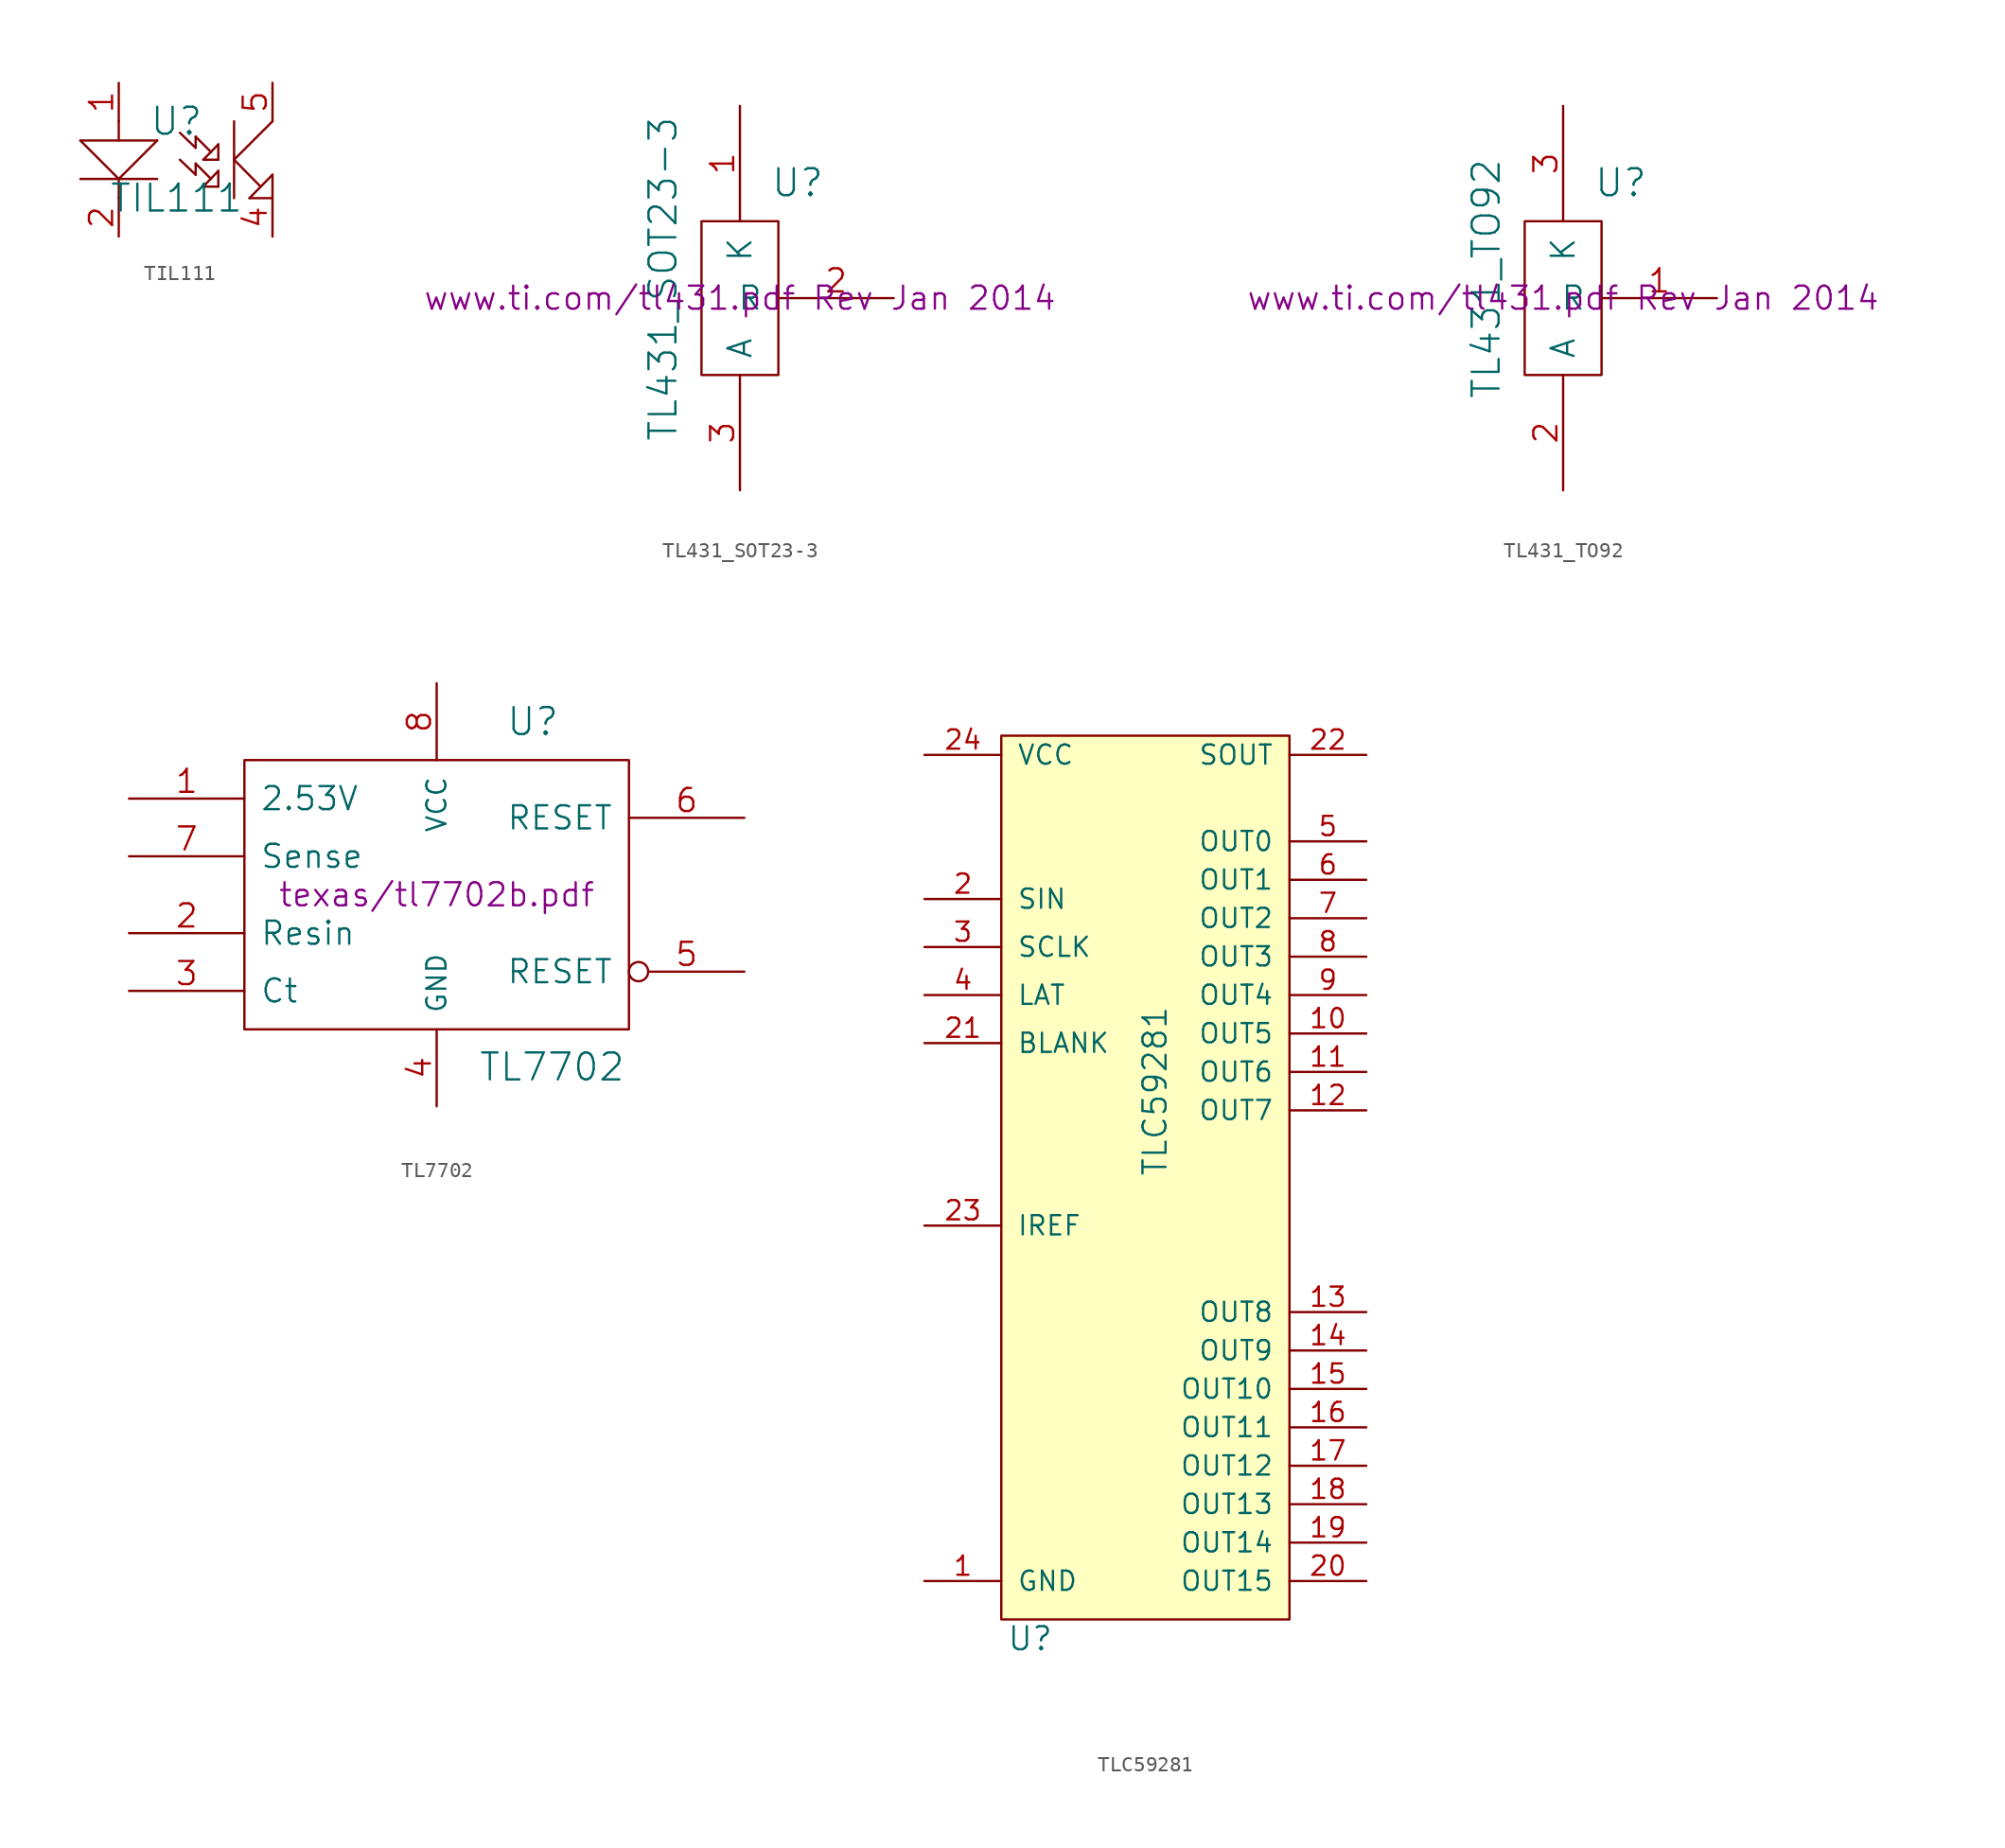
<source format=kicad_sym>
(kicad_symbol_lib
  (version 20211014)
  (generator kicad_symbol_editor)
  (symbol "TIL111"
    (pin_names
      (offset 1.016) hide)
    (property "Reference" "U"
      (at 0 2.54 0)
      (effects (font (size 1.778 1.778))))
    (property "Value" "TIL111"
      (at 0 -2.54 0)
      (effects (font (size 1.778 1.778))))
    (property "Footprint" ""
      (at 0 0 0)
      (effects (font (size 1.524 1.524))))
    (property "Datasheet" ""
      (at 0 0 0)
      (effects (font (size 1.524 1.524))))
    (symbol "TIL111_0_1"
      (polyline (pts (xy -6.35 1.27) (xy -1.27 1.27)) (stroke (width 0) (type default) (color 0 0 0 0)) (fill (type none)))
      (polyline (pts (xy -3.81 -2.54) (xy -3.81 -1.27)) (stroke (width 0) (type default) (color 0 0 0 0)) (fill (type none)))
      (polyline (pts (xy -3.81 -1.27) (xy -6.35 1.27)) (stroke (width 0) (type default) (color 0 0 0 0)) (fill (type none)))
      (polyline (pts (xy -3.81 2.54) (xy -3.81 1.27)) (stroke (width 0) (type default) (color 0 0 0 0)) (fill (type none)))
      (polyline (pts (xy -1.27 -1.27) (xy -6.35 -1.27)) (stroke (width 0) (type default) (color 0 0 0 0)) (fill (type none)))
      (polyline (pts (xy -1.27 1.27) (xy -3.81 -1.27)) (stroke (width 0) (type default) (color 0 0 0 0)) (fill (type none)))
      (polyline (pts (xy 1.27 -0.991) (xy 0.229 0)) (stroke (width 0) (type default) (color 0 0 0 0)) (fill (type none)))
      (polyline (pts (xy 1.27 -0.254) (xy 1.27 -0.991)) (stroke (width 0) (type default) (color 0 0 0 0)) (fill (type none)))
      (polyline (pts (xy 1.27 0.787) (xy 0.229 1.778)) (stroke (width 0) (type default) (color 0 0 0 0)) (fill (type none)))
      (polyline (pts (xy 1.27 1.524) (xy 1.27 0.787)) (stroke (width 0) (type default) (color 0 0 0 0)) (fill (type none)))
      (polyline (pts (xy 1.778 -1.778) (xy 2.769 -0.737)) (stroke (width 0) (type default) (color 0 0 0 0)) (fill (type none)))
      (polyline (pts (xy 1.778 0) (xy 2.769 1.016)) (stroke (width 0) (type default) (color 0 0 0 0)) (fill (type none)))
      (polyline (pts (xy 2.286 -1.27) (xy 1.27 -0.254)) (stroke (width 0) (type default) (color 0 0 0 0)) (fill (type none)))
      (polyline (pts (xy 2.286 0.508) (xy 1.27 1.524)) (stroke (width 0) (type default) (color 0 0 0 0)) (fill (type none)))
      (polyline (pts (xy 2.769 -1.778) (xy 1.778 -1.778)) (stroke (width 0) (type default) (color 0 0 0 0)) (fill (type none)))
      (polyline (pts (xy 2.769 -0.737) (xy 2.769 -1.778)) (stroke (width 0) (type default) (color 0 0 0 0)) (fill (type none)))
      (polyline (pts (xy 2.769 0) (xy 1.778 0)) (stroke (width 0) (type default) (color 0 0 0 0)) (fill (type none)))
      (polyline (pts (xy 2.769 1.016) (xy 2.769 0)) (stroke (width 0) (type default) (color 0 0 0 0)) (fill (type none)))
      (polyline (pts (xy 3.81 0) (xy 6.35 2.54)) (stroke (width 0) (type default) (color 0 0 0 0)) (fill (type none)))
      (polyline (pts (xy 3.81 2.54) (xy 3.81 -2.54)) (stroke (width 0) (type default) (color 0 0 0 0)) (fill (type none)))
      (polyline (pts (xy 4.826 -2.54) (xy 6.35 -2.54)) (stroke (width 0) (type default) (color 0 0 0 0)) (fill (type none)))
      (polyline (pts (xy 5.563 -1.778) (xy 3.81 0)) (stroke (width 0) (type default) (color 0 0 0 0)) (fill (type none)))
      (polyline (pts (xy 6.35 -2.54) (xy 6.35 -0.991)) (stroke (width 0) (type default) (color 0 0 0 0)) (fill (type none)))
      (polyline (pts (xy 6.35 -0.991) (xy 4.826 -2.54)) (stroke (width 0) (type default) (color 0 0 0 0)) (fill (type none))))
    (symbol "TIL111_1_1"
      (pin passive line (at -3.81 5.08 270) (length 2.54) (name "A" (effects (font (size 1.524 1.524)))) (number "1" (effects (font (size 1.524 1.524)))))
      (pin passive line (at -3.81 -5.08 90) (length 2.54) (name "K" (effects (font (size 1.524 1.524)))) (number "2" (effects (font (size 1.524 1.524)))))
      (pin passive line (at 6.35 -5.08 90) (length 2.54) (name "KK" (effects (font (size 1.524 1.524)))) (number "4" (effects (font (size 1.524 1.524)))))
      (pin passive line (at 6.35 5.08 270) (length 2.54) (name "~" (effects (font (size 1.524 1.524)))) (number "5" (effects (font (size 1.524 1.524)))))))
  (symbol "TL431_SOT23-3"
    (pin_names
      (offset 1.016))
    (property "Reference" "U"
      (at 3.81 7.62 0)
      (effects (font (size 1.778 1.778))))
    (property "Value" "TL431_SOT23-3"
      (at -5.08 1.27 90)
      (effects (font (size 1.778 1.778))))
    (property "Footprint" ""
      (at 0 0 0)
      (effects (font (size 1.524 1.524))))
    (property "Datasheet" "www.ti.com/tl431.pdf Rev Jan 2014"
      (at 0 0 0)
      (effects (font (size 1.524 1.524))))
    (symbol "TL431_SOT23-3_0_1"
      (rectangle (start -2.54 -5.08) (end 2.54 5.08) (stroke (width 0) (type default) (color 0 0 0 0)) (fill (type none))))
    (symbol "TL431_SOT23-3_1_1"
      (pin input line (at 0 12.7 270) (length 7.62) (name "K" (effects (font (size 1.524 1.524)))) (number "1" (effects (font (size 1.524 1.524)))))
      (pin input line (at 10.16 0 180) (length 7.62) (name "R" (effects (font (size 1.524 1.524)))) (number "2" (effects (font (size 1.524 1.524)))))
      (pin input line (at 0 -12.7 90) (length 7.62) (name "A" (effects (font (size 1.524 1.524)))) (number "3" (effects (font (size 1.524 1.524)))))))
  (symbol "TL431_TO92"
    (pin_names
      (offset 1.016))
    (property "Reference" "U"
      (at 3.81 7.62 0)
      (effects (font (size 1.778 1.778))))
    (property "Value" "TL431_TO92"
      (at -5.08 1.27 90)
      (effects (font (size 1.778 1.778))))
    (property "Footprint" ""
      (at 0 0 0)
      (effects (font (size 1.524 1.524))))
    (property "Datasheet" "www.ti.com/tl431.pdf Rev Jan 2014"
      (at 0 0 0)
      (effects (font (size 1.524 1.524))))
    (symbol "TL431_TO92_0_1"
      (rectangle (start -2.54 -5.08) (end 2.54 5.08) (stroke (width 0) (type default) (color 0 0 0 0)) (fill (type none))))
    (symbol "TL431_TO92_1_1"
      (pin input line (at 10.16 0 180) (length 7.62) (name "R" (effects (font (size 1.524 1.524)))) (number "1" (effects (font (size 1.524 1.524)))))
      (pin input line (at 0 -12.7 90) (length 7.62) (name "A" (effects (font (size 1.524 1.524)))) (number "2" (effects (font (size 1.524 1.524)))))
      (pin input line (at 0 12.7 270) (length 7.62) (name "K" (effects (font (size 1.524 1.524)))) (number "3" (effects (font (size 1.524 1.524)))))))
  (symbol "TL7702"
    (pin_names
      (offset 1.016))
    (property "Reference" "U"
      (at 6.35 11.43 0)
      (effects (font (size 1.778 1.778))))
    (property "Value" "TL7702"
      (at 7.62 -11.379 0)
      (effects (font (size 1.778 1.778))))
    (property "Footprint" ""
      (at 0 0 0)
      (effects (font (size 1.524 1.524))))
    (property "Datasheet" "texas/tl7702b.pdf"
      (at 0 0 0)
      (effects (font (size 1.524 1.524))))
    (symbol "TL7702_0_1"
      (rectangle (start -12.7 8.89) (end 12.7 -8.89) (stroke (width 0) (type default) (color 0 0 0 0)) (fill (type none))))
    (symbol "TL7702_1_1"
      (pin input line (at -20.32 6.35 0) (length 7.62) (name "2.53V" (effects (font (size 1.524 1.524)))) (number "1" (effects (font (size 1.524 1.524)))))
      (pin input line (at -20.32 -2.54 0) (length 7.62) (name "Resin" (effects (font (size 1.524 1.524)))) (number "2" (effects (font (size 1.524 1.524)))))
      (pin input line (at -20.32 -6.35 0) (length 7.62) (name "Ct" (effects (font (size 1.524 1.524)))) (number "3" (effects (font (size 1.524 1.524)))))
      (pin power_in line (at 0 -13.97 90) (length 5.08) (name "GND" (effects (font (size 1.27 1.27)))) (number "4" (effects (font (size 1.524 1.524)))))
      (pin open_collector inverted (at 20.32 -5.08 180) (length 7.62) (name "RESET" (effects (font (size 1.524 1.524)))) (number "5" (effects (font (size 1.524 1.524)))))
      (pin open_collector line (at 20.32 5.08 180) (length 7.62) (name "RESET" (effects (font (size 1.524 1.524)))) (number "6" (effects (font (size 1.524 1.524)))))
      (pin input line (at -20.32 2.54 0) (length 7.62) (name "Sense" (effects (font (size 1.524 1.524)))) (number "7" (effects (font (size 1.524 1.524)))))
      (pin power_in line (at 0 13.97 270) (length 5.08) (name "VCC" (effects (font (size 1.27 1.27)))) (number "8" (effects (font (size 1.524 1.524)))))))
  (symbol "TLC59281"
    (pin_names
      (offset 1.016))
    (property "Reference" "U"
      (at -8.255 -36.195 0)
      (effects (font (size 1.524 1.524))))
    (property "Value" "TLC59281"
      (at 0 0 90)
      (effects (font (size 1.524 1.524))))
    (property "Footprint" ""
      (at -10.795 13.97 0)
      (effects (font (size 1.524 1.524))))
    (property "Datasheet" ""
      (at -10.795 13.97 0)
      (effects (font (size 1.524 1.524))))
    (symbol "TLC59281_0_1"
      (rectangle (start -10.16 23.495) (end 8.89 -34.925) (stroke (width 0) (type default) (color 0 0 0 0)) (fill (type background))))
    (symbol "TLC59281_1_1"
      (pin input line (at -15.24 -32.385 0) (length 5.08) (name "GND" (effects (font (size 1.27 1.27)))) (number "1" (effects (font (size 1.27 1.27)))))
      (pin input line (at 13.97 3.81 180) (length 5.08) (name "OUT5" (effects (font (size 1.27 1.27)))) (number "10" (effects (font (size 1.27 1.27)))))
      (pin input line (at 13.97 1.27 180) (length 5.08) (name "OUT6" (effects (font (size 1.27 1.27)))) (number "11" (effects (font (size 1.27 1.27)))))
      (pin input line (at 13.97 -1.27 180) (length 5.08) (name "OUT7" (effects (font (size 1.27 1.27)))) (number "12" (effects (font (size 1.27 1.27)))))
      (pin input line (at 13.97 -14.605 180) (length 5.08) (name "OUT8" (effects (font (size 1.27 1.27)))) (number "13" (effects (font (size 1.27 1.27)))))
      (pin input line (at 13.97 -17.145 180) (length 5.08) (name "OUT9" (effects (font (size 1.27 1.27)))) (number "14" (effects (font (size 1.27 1.27)))))
      (pin input line (at 13.97 -19.685 180) (length 5.08) (name "OUT10" (effects (font (size 1.27 1.27)))) (number "15" (effects (font (size 1.27 1.27)))))
      (pin input line (at 13.97 -22.225 180) (length 5.08) (name "OUT11" (effects (font (size 1.27 1.27)))) (number "16" (effects (font (size 1.27 1.27)))))
      (pin input line (at 13.97 -24.765 180) (length 5.08) (name "OUT12" (effects (font (size 1.27 1.27)))) (number "17" (effects (font (size 1.27 1.27)))))
      (pin input line (at 13.97 -27.305 180) (length 5.08) (name "OUT13" (effects (font (size 1.27 1.27)))) (number "18" (effects (font (size 1.27 1.27)))))
      (pin input line (at 13.97 -29.845 180) (length 5.08) (name "OUT14" (effects (font (size 1.27 1.27)))) (number "19" (effects (font (size 1.27 1.27)))))
      (pin input line (at -15.24 12.7 0) (length 5.08) (name "SIN" (effects (font (size 1.27 1.27)))) (number "2" (effects (font (size 1.27 1.27)))))
      (pin input line (at 13.97 -32.385 180) (length 5.08) (name "OUT15" (effects (font (size 1.27 1.27)))) (number "20" (effects (font (size 1.27 1.27)))))
      (pin input line (at -15.24 3.175 0) (length 5.08) (name "BLANK" (effects (font (size 1.27 1.27)))) (number "21" (effects (font (size 1.27 1.27)))))
      (pin input line (at 13.97 22.225 180) (length 5.08) (name "SOUT" (effects (font (size 1.27 1.27)))) (number "22" (effects (font (size 1.27 1.27)))))
      (pin input line (at -15.24 -8.89 0) (length 5.08) (name "IREF" (effects (font (size 1.27 1.27)))) (number "23" (effects (font (size 1.27 1.27)))))
      (pin input line (at -15.24 22.225 0) (length 5.08) (name "VCC" (effects (font (size 1.27 1.27)))) (number "24" (effects (font (size 1.27 1.27)))))
      (pin input line (at -15.24 9.525 0) (length 5.08) (name "SCLK" (effects (font (size 1.27 1.27)))) (number "3" (effects (font (size 1.27 1.27)))))
      (pin input line (at -15.24 6.35 0) (length 5.08) (name "LAT" (effects (font (size 1.27 1.27)))) (number "4" (effects (font (size 1.27 1.27)))))
      (pin input line (at 13.97 16.51 180) (length 5.08) (name "OUT0" (effects (font (size 1.27 1.27)))) (number "5" (effects (font (size 1.27 1.27)))))
      (pin input line (at 13.97 13.97 180) (length 5.08) (name "OUT1" (effects (font (size 1.27 1.27)))) (number "6" (effects (font (size 1.27 1.27)))))
      (pin input line (at 13.97 11.43 180) (length 5.08) (name "OUT2" (effects (font (size 1.27 1.27)))) (number "7" (effects (font (size 1.27 1.27)))))
      (pin input line (at 13.97 8.89 180) (length 5.08) (name "OUT3" (effects (font (size 1.27 1.27)))) (number "8" (effects (font (size 1.27 1.27)))))
      (pin input line (at 13.97 6.35 180) (length 5.08) (name "OUT4" (effects (font (size 1.27 1.27)))) (number "9" (effects (font (size 1.27 1.27))))))))
</source>
